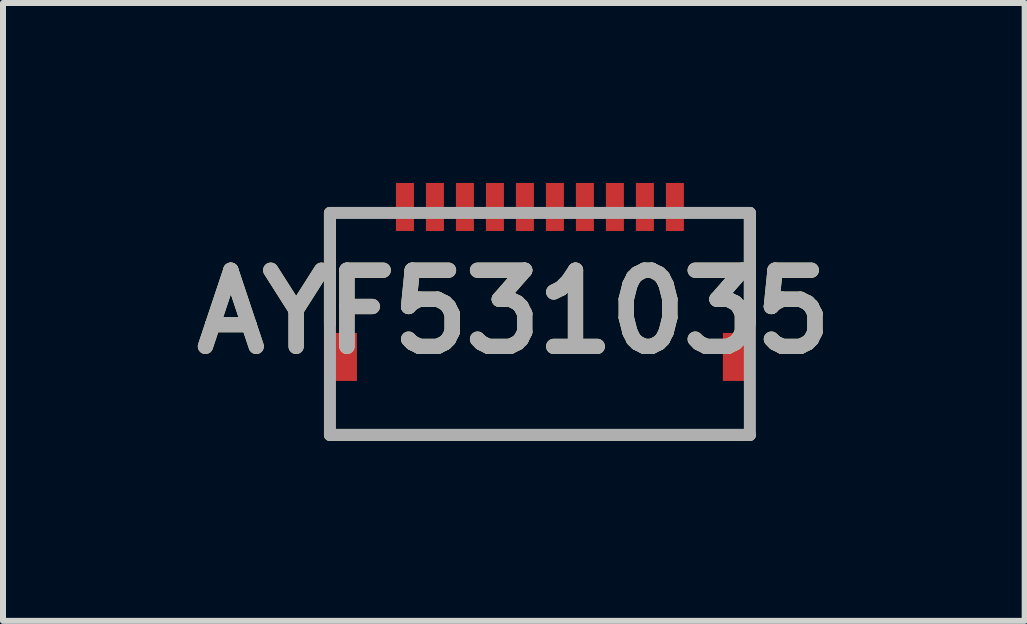
<source format=kicad_pcb>
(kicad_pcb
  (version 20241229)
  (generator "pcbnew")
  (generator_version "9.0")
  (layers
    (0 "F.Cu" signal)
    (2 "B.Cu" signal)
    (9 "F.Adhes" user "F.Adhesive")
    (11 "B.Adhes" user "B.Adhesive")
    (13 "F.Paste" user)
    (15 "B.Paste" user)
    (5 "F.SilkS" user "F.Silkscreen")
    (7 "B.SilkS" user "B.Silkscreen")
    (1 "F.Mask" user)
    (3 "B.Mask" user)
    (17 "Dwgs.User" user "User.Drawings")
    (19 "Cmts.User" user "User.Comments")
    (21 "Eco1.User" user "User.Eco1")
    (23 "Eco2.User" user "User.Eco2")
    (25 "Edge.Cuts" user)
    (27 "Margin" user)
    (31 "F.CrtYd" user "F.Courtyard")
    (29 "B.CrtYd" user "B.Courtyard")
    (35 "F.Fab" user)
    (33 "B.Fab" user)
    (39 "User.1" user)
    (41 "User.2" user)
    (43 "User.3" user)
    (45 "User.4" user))
  (footprint "AYF531035"
    (layer "F.Cu")
    (at 5.95 0.5)
    (property "Reference" "AYF531035" (at -0.435 1.65 0) (layer "F.SilkS") (effects (font (size 1.27 1.27) (thickness 0.254))))
    (attr smd)
    (fp_line (start -3.5 1.85) (end -3.5 0) (stroke (width 0.2) (type solid)) (layer "F.SilkS"))
    (fp_line (start 3.5 0) (end 3.5 1.85) (stroke (width 0.2) (type solid)) (layer "F.SilkS"))
    (fp_line (start 3.5 3.7) (end -3.5 3.7) (stroke (width 0.2) (type solid)) (layer "F.SilkS"))
    (fp_line (start -3.5 0) (end 3.5 0) (stroke (width 0.2) (type solid)) (layer "F.Fab"))
    (fp_line (start -3.5 3.7) (end -3.5 0) (stroke (width 0.2) (type solid)) (layer "F.Fab"))
    (fp_line (start 3.5 0) (end 3.5 3.7) (stroke (width 0.2) (type solid)) (layer "F.Fab"))
    (fp_line (start 3.5 3.7) (end -3.5 3.7) (stroke (width 0.2) (type solid)) (layer "F.Fab"))
    (fp_text user "${REFERENCE}" (at -0.435 1.65 0) (layer "F.Fab") (effects (font (size 1.27 1.27) (thickness 0.254))))
    (pad "1" smd rect (at -2.25 -0.1) (size 0.3 0.8) (layers "F.Cu" "F.Mask" "F.Paste"))
    (pad "2" smd rect (at -1.75 -0.1) (size 0.3 0.8) (layers "F.Cu" "F.Mask" "F.Paste"))
    (pad "3" smd rect (at -1.25 -0.1) (size 0.3 0.8) (layers "F.Cu" "F.Mask" "F.Paste"))
    (pad "4" smd rect (at -0.75 -0.1) (size 0.3 0.8) (layers "F.Cu" "F.Mask" "F.Paste"))
    (pad "5" smd rect (at -0.25 -0.1) (size 0.3 0.8) (layers "F.Cu" "F.Mask" "F.Paste"))
    (pad "6" smd rect (at 0.25 -0.1) (size 0.3 0.8) (layers "F.Cu" "F.Mask" "F.Paste"))
    (pad "7" smd rect (at 0.75 -0.1) (size 0.3 0.8) (layers "F.Cu" "F.Mask" "F.Paste"))
    (pad "8" smd rect (at 1.25 -0.1) (size 0.3 0.8) (layers "F.Cu" "F.Mask" "F.Paste"))
    (pad "9" smd rect (at 1.75 -0.1) (size 0.3 0.8) (layers "F.Cu" "F.Mask" "F.Paste"))
    (pad "10" smd rect (at 2.25 -0.1) (size 0.3 0.8) (layers "F.Cu" "F.Mask" "F.Paste"))
    (pad "11" smd rect (at -3.25 2.4) (size 0.4 0.8) (layers "F.Cu" "F.Mask" "F.Paste"))
    (pad "12" smd rect (at 3.25 2.4) (size 0.4 0.8) (layers "F.Cu" "F.Mask" "F.Paste")))
  (gr_rect
    (start -3 -3)
    (end 14.031 7.3)
    (stroke (width 0.1) (type default))
    (fill no)
    (layer "Edge.Cuts")))
</source>
